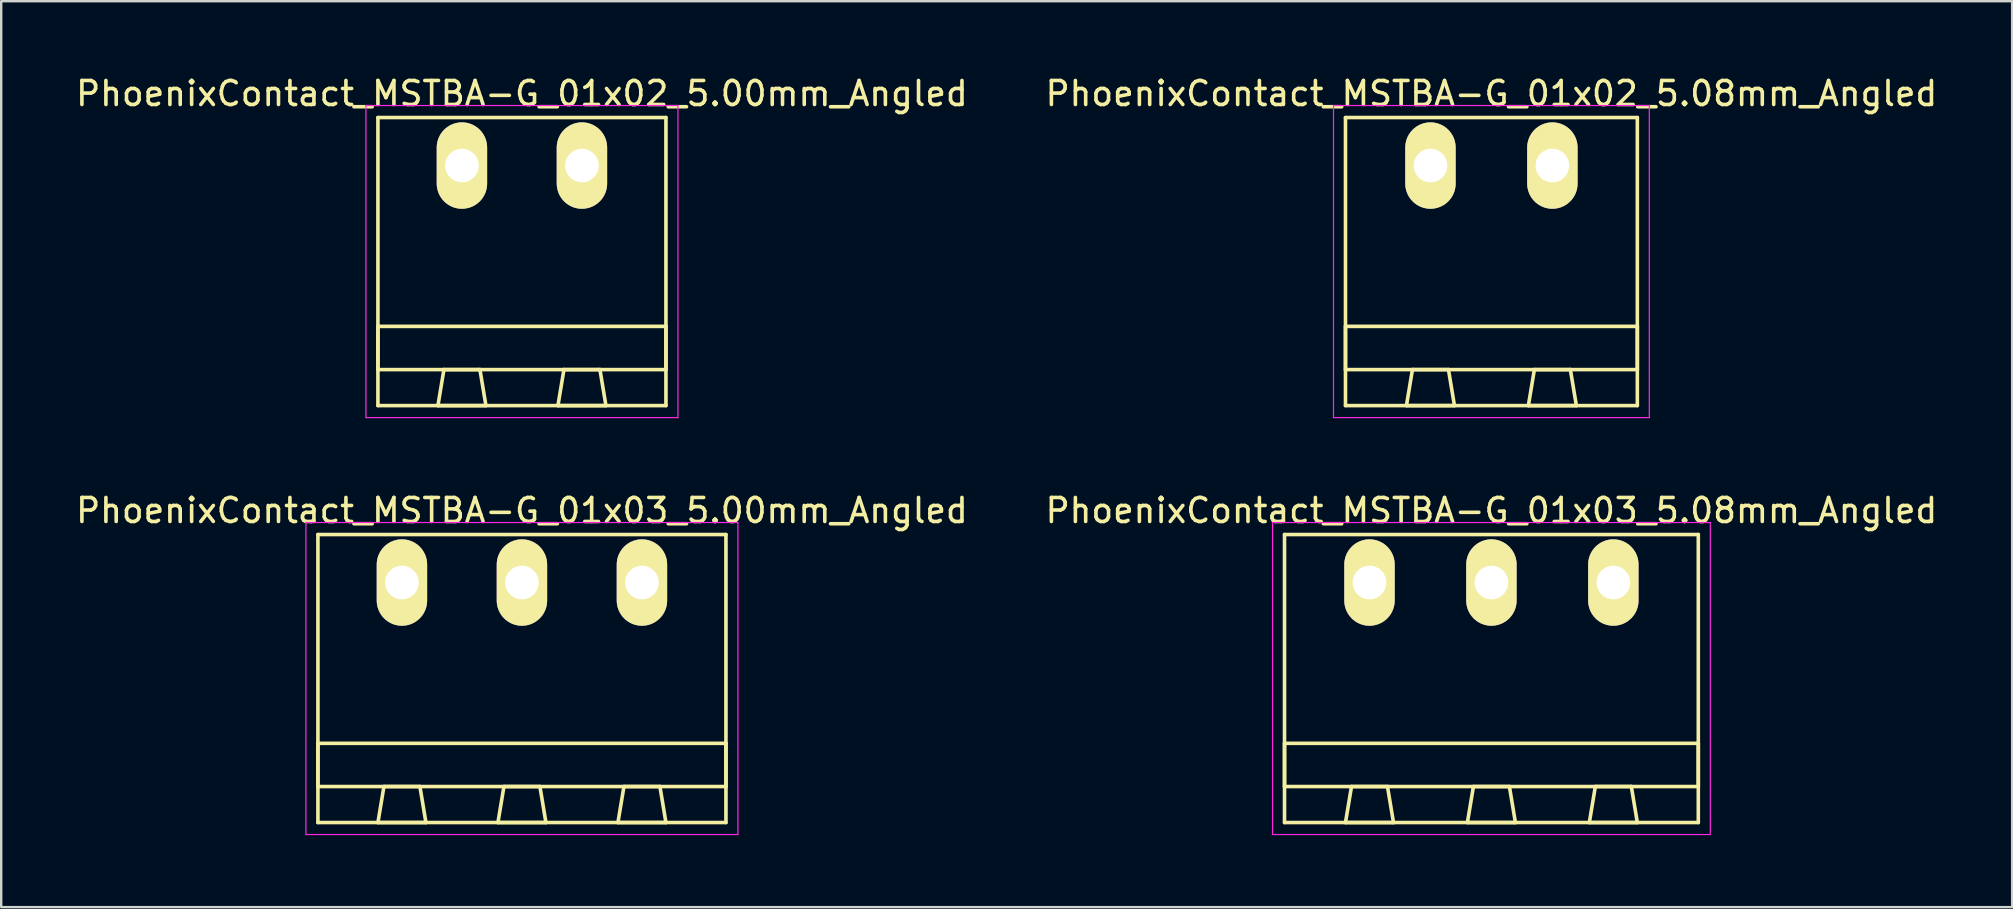
<source format=kicad_pcb>
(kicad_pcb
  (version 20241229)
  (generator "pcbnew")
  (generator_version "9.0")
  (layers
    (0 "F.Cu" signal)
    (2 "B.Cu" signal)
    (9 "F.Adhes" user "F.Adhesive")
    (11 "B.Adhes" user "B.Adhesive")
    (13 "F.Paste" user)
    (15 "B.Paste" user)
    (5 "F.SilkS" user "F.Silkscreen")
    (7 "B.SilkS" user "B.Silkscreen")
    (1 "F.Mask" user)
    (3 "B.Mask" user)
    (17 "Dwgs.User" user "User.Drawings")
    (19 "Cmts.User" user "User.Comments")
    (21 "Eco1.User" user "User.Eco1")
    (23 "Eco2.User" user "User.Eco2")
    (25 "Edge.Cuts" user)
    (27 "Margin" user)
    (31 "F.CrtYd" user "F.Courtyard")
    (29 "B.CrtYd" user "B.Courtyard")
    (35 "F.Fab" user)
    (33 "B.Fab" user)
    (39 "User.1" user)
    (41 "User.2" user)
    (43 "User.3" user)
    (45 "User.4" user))
  (footprint "PhoenixContact_MSTBA-G_01x02_5.08mm_Angled"
    (layer "F.Cu")
    (at 56.549 3.848)
    (property "Reference" "PhoenixContact_MSTBA-G_01x02_5.08mm_Angled" (at 2.54 -3 0) (layer "F.SilkS") (effects (font (size 1 1) (thickness 0.15))))
    (attr through_hole)
    (fp_line (start -3.54 -2) (end -3.54 10) (stroke (width 0.15) (type solid)) (layer "F.SilkS"))
    (fp_line (start -3.54 6.7) (end 8.62 6.7) (stroke (width 0.15) (type solid)) (layer "F.SilkS"))
    (fp_line (start -3.54 8.5) (end -3.54 6.7) (stroke (width 0.15) (type solid)) (layer "F.SilkS"))
    (fp_line (start -3.54 10) (end 8.62 10) (stroke (width 0.15) (type solid)) (layer "F.SilkS"))
    (fp_line (start -1 10) (end 1 10) (stroke (width 0.15) (type solid)) (layer "F.SilkS"))
    (fp_line (start -0.75 8.5) (end -1 10) (stroke (width 0.15) (type solid)) (layer "F.SilkS"))
    (fp_line (start 0.75 8.5) (end -0.75 8.5) (stroke (width 0.15) (type solid)) (layer "F.SilkS"))
    (fp_line (start 1 10) (end 0.75 8.5) (stroke (width 0.15) (type solid)) (layer "F.SilkS"))
    (fp_line (start 4.08 10) (end 6.08 10) (stroke (width 0.15) (type solid)) (layer "F.SilkS"))
    (fp_line (start 4.33 8.5) (end 4.08 10) (stroke (width 0.15) (type solid)) (layer "F.SilkS"))
    (fp_line (start 5.83 8.5) (end 4.33 8.5) (stroke (width 0.15) (type solid)) (layer "F.SilkS"))
    (fp_line (start 6.08 10) (end 5.83 8.5) (stroke (width 0.15) (type solid)) (layer "F.SilkS"))
    (fp_line (start 8.62 -2) (end -3.54 -2) (stroke (width 0.15) (type solid)) (layer "F.SilkS"))
    (fp_line (start 8.62 6.7) (end 8.62 8.5) (stroke (width 0.15) (type solid)) (layer "F.SilkS"))
    (fp_line (start 8.62 8.5) (end -3.54 8.5) (stroke (width 0.15) (type solid)) (layer "F.SilkS"))
    (fp_line (start 8.62 10) (end 8.62 -2) (stroke (width 0.15) (type solid)) (layer "F.SilkS"))
    (fp_line (start -4.04 -2.5) (end -4.04 10.5) (stroke (width 0.05) (type solid)) (layer "F.CrtYd"))
    (fp_line (start -4.04 10.5) (end 9.12 10.5) (stroke (width 0.05) (type solid)) (layer "F.CrtYd"))
    (fp_line (start 9.12 -2.5) (end -4.04 -2.5) (stroke (width 0.05) (type solid)) (layer "F.CrtYd"))
    (fp_line (start 9.12 10.5) (end 9.12 -2.5) (stroke (width 0.05) (type solid)) (layer "F.CrtYd"))
    (pad "1" thru_hole oval (at 0 0) (size 2.1 3.6) (drill 1.4) (layers "*.Cu" "*.Mask" "F.SilkS"))
    (pad "2" thru_hole oval (at 5.08 0) (size 2.1 3.6) (drill 1.4) (layers "*.Cu" "*.Mask" "F.SilkS")))
  (footprint "PhoenixContact_MSTBA-G_01x03_5.00mm_Angled"
    (layer "F.Cu")
    (at 13.696 21.221)
    (property "Reference" "PhoenixContact_MSTBA-G_01x03_5.00mm_Angled" (at 5 -3 0) (layer "F.SilkS") (effects (font (size 1 1) (thickness 0.15))))
    (attr through_hole)
    (fp_line (start -3.5 -2) (end -3.5 10) (stroke (width 0.15) (type solid)) (layer "F.SilkS"))
    (fp_line (start -3.5 6.7) (end 13.5 6.7) (stroke (width 0.15) (type solid)) (layer "F.SilkS"))
    (fp_line (start -3.5 8.5) (end -3.5 6.7) (stroke (width 0.15) (type solid)) (layer "F.SilkS"))
    (fp_line (start -3.5 10) (end 13.5 10) (stroke (width 0.15) (type solid)) (layer "F.SilkS"))
    (fp_line (start -1 10) (end 1 10) (stroke (width 0.15) (type solid)) (layer "F.SilkS"))
    (fp_line (start -0.75 8.5) (end -1 10) (stroke (width 0.15) (type solid)) (layer "F.SilkS"))
    (fp_line (start 0.75 8.5) (end -0.75 8.5) (stroke (width 0.15) (type solid)) (layer "F.SilkS"))
    (fp_line (start 1 10) (end 0.75 8.5) (stroke (width 0.15) (type solid)) (layer "F.SilkS"))
    (fp_line (start 4 10) (end 6 10) (stroke (width 0.15) (type solid)) (layer "F.SilkS"))
    (fp_line (start 4.25 8.5) (end 4 10) (stroke (width 0.15) (type solid)) (layer "F.SilkS"))
    (fp_line (start 5.75 8.5) (end 4.25 8.5) (stroke (width 0.15) (type solid)) (layer "F.SilkS"))
    (fp_line (start 6 10) (end 5.75 8.5) (stroke (width 0.15) (type solid)) (layer "F.SilkS"))
    (fp_line (start 9 10) (end 11 10) (stroke (width 0.15) (type solid)) (layer "F.SilkS"))
    (fp_line (start 9.25 8.5) (end 9 10) (stroke (width 0.15) (type solid)) (layer "F.SilkS"))
    (fp_line (start 10.75 8.5) (end 9.25 8.5) (stroke (width 0.15) (type solid)) (layer "F.SilkS"))
    (fp_line (start 11 10) (end 10.75 8.5) (stroke (width 0.15) (type solid)) (layer "F.SilkS"))
    (fp_line (start 13.5 -2) (end -3.5 -2) (stroke (width 0.15) (type solid)) (layer "F.SilkS"))
    (fp_line (start 13.5 6.7) (end 13.5 8.5) (stroke (width 0.15) (type solid)) (layer "F.SilkS"))
    (fp_line (start 13.5 8.5) (end -3.5 8.5) (stroke (width 0.15) (type solid)) (layer "F.SilkS"))
    (fp_line (start 13.5 10) (end 13.5 -2) (stroke (width 0.15) (type solid)) (layer "F.SilkS"))
    (fp_line (start -4 -2.5) (end -4 10.5) (stroke (width 0.05) (type solid)) (layer "F.CrtYd"))
    (fp_line (start -4 10.5) (end 14 10.5) (stroke (width 0.05) (type solid)) (layer "F.CrtYd"))
    (fp_line (start 14 -2.5) (end -4 -2.5) (stroke (width 0.05) (type solid)) (layer "F.CrtYd"))
    (fp_line (start 14 10.5) (end 14 -2.5) (stroke (width 0.05) (type solid)) (layer "F.CrtYd"))
    (pad "1" thru_hole oval (at 0 0) (size 2.1 3.6) (drill 1.4) (layers "*.Cu" "*.Mask" "F.SilkS"))
    (pad "2" thru_hole oval (at 5 0) (size 2.1 3.6) (drill 1.4) (layers "*.Cu" "*.Mask" "F.SilkS"))
    (pad "3" thru_hole oval (at 10 0) (size 2.1 3.6) (drill 1.4) (layers "*.Cu" "*.Mask" "F.SilkS")))
  (footprint "PhoenixContact_MSTBA-G_01x03_5.08mm_Angled"
    (layer "F.Cu")
    (at 54.009 21.221)
    (property "Reference" "PhoenixContact_MSTBA-G_01x03_5.08mm_Angled" (at 5.08 -3 0) (layer "F.SilkS") (effects (font (size 1 1) (thickness 0.15))))
    (attr through_hole)
    (fp_line (start -3.54 -2) (end -3.54 10) (stroke (width 0.15) (type solid)) (layer "F.SilkS"))
    (fp_line (start -3.54 6.7) (end 13.7 6.7) (stroke (width 0.15) (type solid)) (layer "F.SilkS"))
    (fp_line (start -3.54 8.5) (end -3.54 6.7) (stroke (width 0.15) (type solid)) (layer "F.SilkS"))
    (fp_line (start -3.54 10) (end 13.7 10) (stroke (width 0.15) (type solid)) (layer "F.SilkS"))
    (fp_line (start -1 10) (end 1 10) (stroke (width 0.15) (type solid)) (layer "F.SilkS"))
    (fp_line (start -0.75 8.5) (end -1 10) (stroke (width 0.15) (type solid)) (layer "F.SilkS"))
    (fp_line (start 0.75 8.5) (end -0.75 8.5) (stroke (width 0.15) (type solid)) (layer "F.SilkS"))
    (fp_line (start 1 10) (end 0.75 8.5) (stroke (width 0.15) (type solid)) (layer "F.SilkS"))
    (fp_line (start 4.08 10) (end 6.08 10) (stroke (width 0.15) (type solid)) (layer "F.SilkS"))
    (fp_line (start 4.33 8.5) (end 4.08 10) (stroke (width 0.15) (type solid)) (layer "F.SilkS"))
    (fp_line (start 5.83 8.5) (end 4.33 8.5) (stroke (width 0.15) (type solid)) (layer "F.SilkS"))
    (fp_line (start 6.08 10) (end 5.83 8.5) (stroke (width 0.15) (type solid)) (layer "F.SilkS"))
    (fp_line (start 9.16 10) (end 11.16 10) (stroke (width 0.15) (type solid)) (layer "F.SilkS"))
    (fp_line (start 9.41 8.5) (end 9.16 10) (stroke (width 0.15) (type solid)) (layer "F.SilkS"))
    (fp_line (start 10.91 8.5) (end 9.41 8.5) (stroke (width 0.15) (type solid)) (layer "F.SilkS"))
    (fp_line (start 11.16 10) (end 10.91 8.5) (stroke (width 0.15) (type solid)) (layer "F.SilkS"))
    (fp_line (start 13.7 -2) (end -3.54 -2) (stroke (width 0.15) (type solid)) (layer "F.SilkS"))
    (fp_line (start 13.7 6.7) (end 13.7 8.5) (stroke (width 0.15) (type solid)) (layer "F.SilkS"))
    (fp_line (start 13.7 8.5) (end -3.54 8.5) (stroke (width 0.15) (type solid)) (layer "F.SilkS"))
    (fp_line (start 13.7 10) (end 13.7 -2) (stroke (width 0.15) (type solid)) (layer "F.SilkS"))
    (fp_line (start -4.04 -2.5) (end -4.04 10.5) (stroke (width 0.05) (type solid)) (layer "F.CrtYd"))
    (fp_line (start -4.04 10.5) (end 14.2 10.5) (stroke (width 0.05) (type solid)) (layer "F.CrtYd"))
    (fp_line (start 14.2 -2.5) (end -4.04 -2.5) (stroke (width 0.05) (type solid)) (layer "F.CrtYd"))
    (fp_line (start 14.2 10.5) (end 14.2 -2.5) (stroke (width 0.05) (type solid)) (layer "F.CrtYd"))
    (pad "1" thru_hole oval (at 0 0) (size 2.1 3.6) (drill 1.4) (layers "*.Cu" "*.Mask" "F.SilkS"))
    (pad "2" thru_hole oval (at 5.08 0) (size 2.1 3.6) (drill 1.4) (layers "*.Cu" "*.Mask" "F.SilkS"))
    (pad "3" thru_hole oval (at 10.16 0) (size 2.1 3.6) (drill 1.4) (layers "*.Cu" "*.Mask" "F.SilkS")))
  (footprint "PhoenixContact_MSTBA-G_01x02_5.00mm_Angled"
    (layer "F.Cu")
    (at 16.196 3.848)
    (property "Reference" "PhoenixContact_MSTBA-G_01x02_5.00mm_Angled" (at 2.5 -3 0) (layer "F.SilkS") (effects (font (size 1 1) (thickness 0.15))))
    (attr through_hole)
    (fp_line (start -3.5 -2) (end -3.5 10) (stroke (width 0.15) (type solid)) (layer "F.SilkS"))
    (fp_line (start -3.5 6.7) (end 8.5 6.7) (stroke (width 0.15) (type solid)) (layer "F.SilkS"))
    (fp_line (start -3.5 8.5) (end -3.5 6.7) (stroke (width 0.15) (type solid)) (layer "F.SilkS"))
    (fp_line (start -3.5 10) (end 8.5 10) (stroke (width 0.15) (type solid)) (layer "F.SilkS"))
    (fp_line (start -1 10) (end 1 10) (stroke (width 0.15) (type solid)) (layer "F.SilkS"))
    (fp_line (start -0.75 8.5) (end -1 10) (stroke (width 0.15) (type solid)) (layer "F.SilkS"))
    (fp_line (start 0.75 8.5) (end -0.75 8.5) (stroke (width 0.15) (type solid)) (layer "F.SilkS"))
    (fp_line (start 1 10) (end 0.75 8.5) (stroke (width 0.15) (type solid)) (layer "F.SilkS"))
    (fp_line (start 4 10) (end 6 10) (stroke (width 0.15) (type solid)) (layer "F.SilkS"))
    (fp_line (start 4.25 8.5) (end 4 10) (stroke (width 0.15) (type solid)) (layer "F.SilkS"))
    (fp_line (start 5.75 8.5) (end 4.25 8.5) (stroke (width 0.15) (type solid)) (layer "F.SilkS"))
    (fp_line (start 6 10) (end 5.75 8.5) (stroke (width 0.15) (type solid)) (layer "F.SilkS"))
    (fp_line (start 8.5 -2) (end -3.5 -2) (stroke (width 0.15) (type solid)) (layer "F.SilkS"))
    (fp_line (start 8.5 6.7) (end 8.5 8.5) (stroke (width 0.15) (type solid)) (layer "F.SilkS"))
    (fp_line (start 8.5 8.5) (end -3.5 8.5) (stroke (width 0.15) (type solid)) (layer "F.SilkS"))
    (fp_line (start 8.5 10) (end 8.5 -2) (stroke (width 0.15) (type solid)) (layer "F.SilkS"))
    (fp_line (start -4 -2.5) (end -4 10.5) (stroke (width 0.05) (type solid)) (layer "F.CrtYd"))
    (fp_line (start -4 10.5) (end 9 10.5) (stroke (width 0.05) (type solid)) (layer "F.CrtYd"))
    (fp_line (start 9 -2.5) (end -4 -2.5) (stroke (width 0.05) (type solid)) (layer "F.CrtYd"))
    (fp_line (start 9 10.5) (end 9 -2.5) (stroke (width 0.05) (type solid)) (layer "F.CrtYd"))
    (pad "1" thru_hole oval (at 0 0) (size 2.1 3.6) (drill 1.4) (layers "*.Cu" "*.Mask" "F.SilkS"))
    (pad "2" thru_hole oval (at 5 0) (size 2.1 3.6) (drill 1.4) (layers "*.Cu" "*.Mask" "F.SilkS")))
  (gr_rect
    (start -3 -3)
    (end 80.786 34.746)
    (stroke (width 0.1) (type default))
    (fill no)
    (layer "Edge.Cuts")))
</source>
